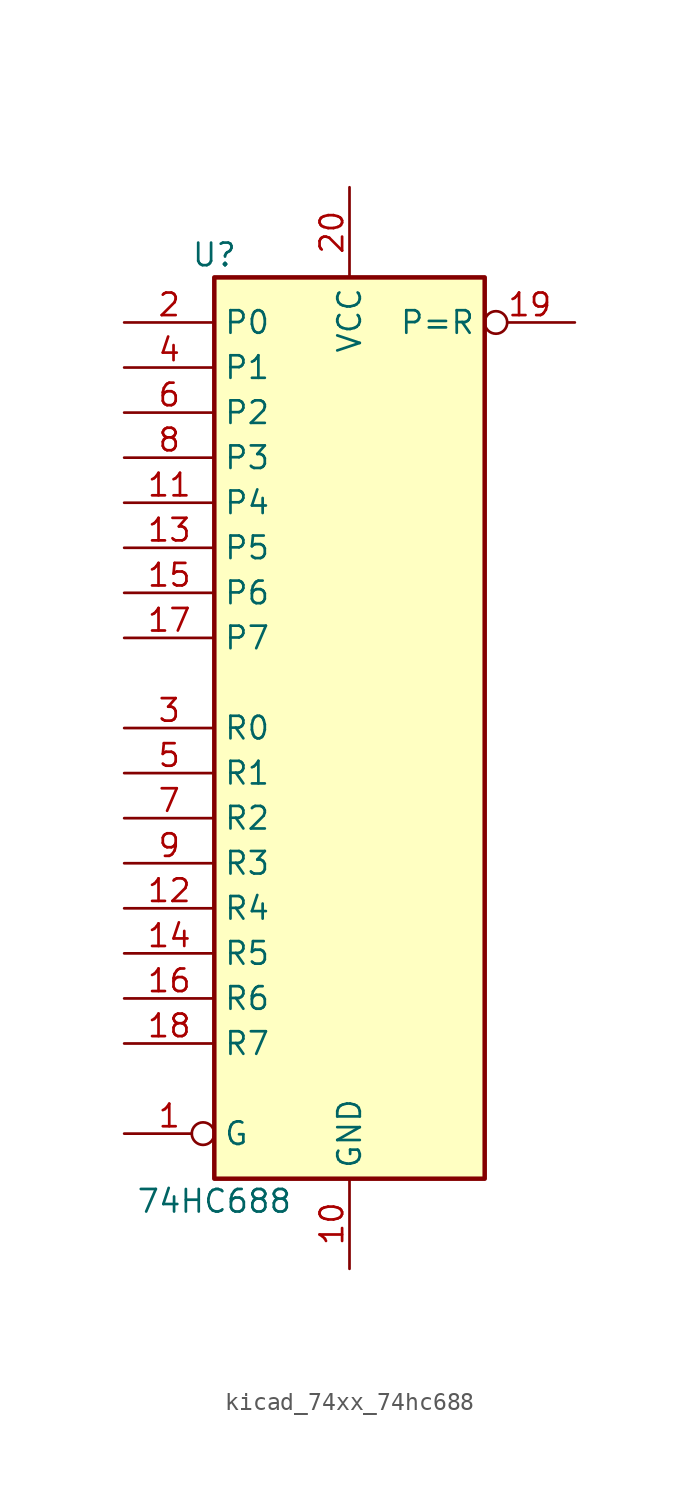
<source format=kicad_sym>
(kicad_symbol_lib
  (version 20220914)
  (generator kicad_symbol_editor)
  (symbol "kicad_74xx_74hc688"
    (property "Reference" "U"
      (at -7.62 26.67 0)
      (effects (font (size 1.27 1.27))))
    (property "Value" "74HC688"
      (at -7.62 -26.67 0)
      (effects (font (size 1.27 1.27))))
    (symbol "kicad_74xx_74hc688_1_0"
      (pin input inverted (at -12.7 -22.86 0) (length 5.08) (name "G" (effects (font (size 1.27 1.27)))) (number "1" (effects (font (size 1.27 1.27)))))
      (pin power_in line (at 0 -30.48 90) (length 5.08) (name "GND" (effects (font (size 1.27 1.27)))) (number "10" (effects (font (size 1.27 1.27)))))
      (pin input line (at -12.7 12.7 0) (length 5.08) (name "P4" (effects (font (size 1.27 1.27)))) (number "11" (effects (font (size 1.27 1.27)))))
      (pin input line (at -12.7 -10.16 0) (length 5.08) (name "R4" (effects (font (size 1.27 1.27)))) (number "12" (effects (font (size 1.27 1.27)))))
      (pin input line (at -12.7 10.16 0) (length 5.08) (name "P5" (effects (font (size 1.27 1.27)))) (number "13" (effects (font (size 1.27 1.27)))))
      (pin input line (at -12.7 -12.7 0) (length 5.08) (name "R5" (effects (font (size 1.27 1.27)))) (number "14" (effects (font (size 1.27 1.27)))))
      (pin input line (at -12.7 7.62 0) (length 5.08) (name "P6" (effects (font (size 1.27 1.27)))) (number "15" (effects (font (size 1.27 1.27)))))
      (pin input line (at -12.7 -15.24 0) (length 5.08) (name "R6" (effects (font (size 1.27 1.27)))) (number "16" (effects (font (size 1.27 1.27)))))
      (pin input line (at -12.7 5.08 0) (length 5.08) (name "P7" (effects (font (size 1.27 1.27)))) (number "17" (effects (font (size 1.27 1.27)))))
      (pin input line (at -12.7 -17.78 0) (length 5.08) (name "R7" (effects (font (size 1.27 1.27)))) (number "18" (effects (font (size 1.27 1.27)))))
      (pin output inverted (at 12.7 22.86 180) (length 5.08) (name "P=R" (effects (font (size 1.27 1.27)))) (number "19" (effects (font (size 1.27 1.27)))))
      (pin input line (at -12.7 22.86 0) (length 5.08) (name "P0" (effects (font (size 1.27 1.27)))) (number "2" (effects (font (size 1.27 1.27)))))
      (pin power_in line (at 0 30.48 270) (length 5.08) (name "VCC" (effects (font (size 1.27 1.27)))) (number "20" (effects (font (size 1.27 1.27)))))
      (pin input line (at -12.7 0 0) (length 5.08) (name "R0" (effects (font (size 1.27 1.27)))) (number "3" (effects (font (size 1.27 1.27)))))
      (pin input line (at -12.7 20.32 0) (length 5.08) (name "P1" (effects (font (size 1.27 1.27)))) (number "4" (effects (font (size 1.27 1.27)))))
      (pin input line (at -12.7 -2.54 0) (length 5.08) (name "R1" (effects (font (size 1.27 1.27)))) (number "5" (effects (font (size 1.27 1.27)))))
      (pin input line (at -12.7 17.78 0) (length 5.08) (name "P2" (effects (font (size 1.27 1.27)))) (number "6" (effects (font (size 1.27 1.27)))))
      (pin input line (at -12.7 -5.08 0) (length 5.08) (name "R2" (effects (font (size 1.27 1.27)))) (number "7" (effects (font (size 1.27 1.27)))))
      (pin input line (at -12.7 15.24 0) (length 5.08) (name "P3" (effects (font (size 1.27 1.27)))) (number "8" (effects (font (size 1.27 1.27)))))
      (pin input line (at -12.7 -7.62 0) (length 5.08) (name "R3" (effects (font (size 1.27 1.27)))) (number "9" (effects (font (size 1.27 1.27))))))
    (symbol "kicad_74xx_74hc688_1_1"
      (rectangle (start -7.62 25.4) (end 7.62 -25.4) (stroke (width 0.254) (type default)) (fill (type background))))))
</source>
